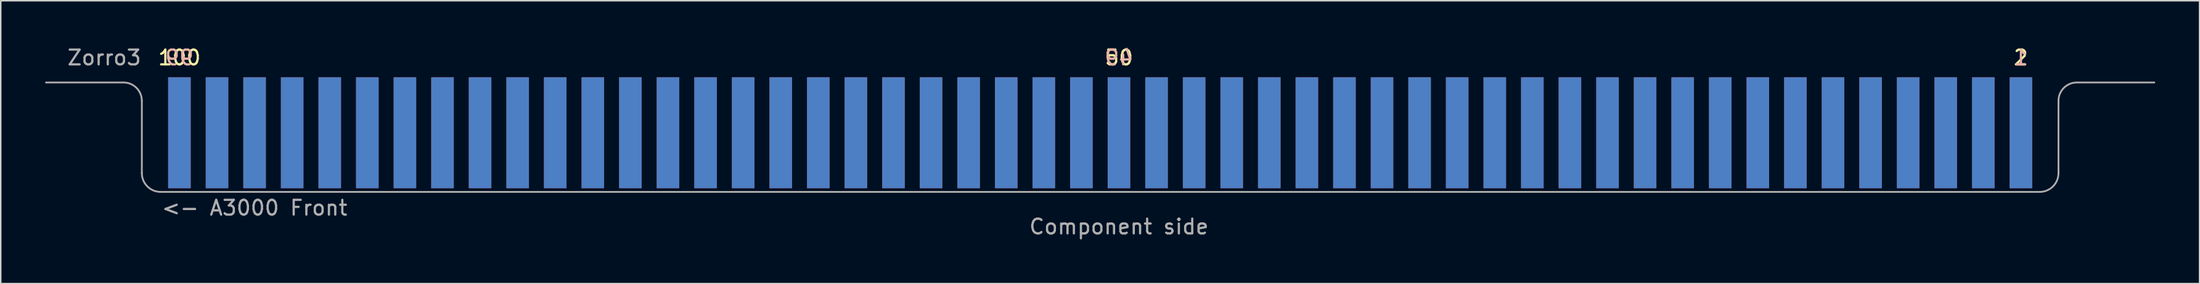
<source format=kicad_pcb>
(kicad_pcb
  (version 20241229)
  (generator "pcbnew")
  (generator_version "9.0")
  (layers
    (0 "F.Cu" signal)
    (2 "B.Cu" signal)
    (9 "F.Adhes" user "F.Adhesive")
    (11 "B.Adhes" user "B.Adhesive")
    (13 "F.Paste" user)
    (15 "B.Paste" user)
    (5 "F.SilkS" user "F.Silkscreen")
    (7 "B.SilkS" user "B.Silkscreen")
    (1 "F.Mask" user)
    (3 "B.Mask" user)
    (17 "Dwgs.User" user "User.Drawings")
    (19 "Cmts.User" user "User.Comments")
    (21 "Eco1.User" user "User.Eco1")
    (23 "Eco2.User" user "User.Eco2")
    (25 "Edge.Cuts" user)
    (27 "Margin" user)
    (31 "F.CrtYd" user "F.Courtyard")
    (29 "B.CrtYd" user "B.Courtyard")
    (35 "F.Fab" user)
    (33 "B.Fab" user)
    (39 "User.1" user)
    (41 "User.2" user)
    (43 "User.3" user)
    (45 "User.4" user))
  (footprint "Zorro3"
    (layer "F.Cu")
    (at 9.077 5.928)
    (property "Reference" "Zorro3" (at -5.08 -5.08 0) (unlocked yes) (layer "F.Fab") (effects (font (size 1 1) (thickness 0.15))))
    (attr smd)
    (fp_poly (pts (xy 128.27 5.08) (xy -3.81 5.08) (xy -3.81 -3.81) (xy 128.27 -3.81)) (stroke (width 0.1) (type solid)) (fill yes) (layer "F.Mask"))
    (fp_poly (pts (xy 128.27 5.08) (xy -3.81 5.08) (xy -3.81 -3.81) (xy 128.27 -3.81)) (stroke (width 0.1) (type solid)) (fill yes) (layer "B.Mask"))
    (fp_line (start -3.81 -3.4) (end -9.017 -3.4) (stroke (width 0.12) (type solid)) (layer "F.Fab"))
    (fp_line (start -2.54 2.73) (end -2.54 -2.159) (stroke (width 0.12) (type solid)) (layer "F.Fab"))
    (fp_line (start -1.27 4) (end 125.73 4) (stroke (width 0.12) (type solid)) (layer "F.Fab"))
    (fp_line (start 127 2.73) (end 127 -2.159) (stroke (width 0.12) (type solid)) (layer "F.Fab"))
    (fp_line (start 128.27 -3.4) (end 133.477 -3.4) (stroke (width 0.12) (type solid)) (layer "F.Fab"))
    (fp_arc (start -3.781 -3.4) (mid -2.90348 -3.03652) (end -2.54 -2.159) (stroke (width 0.12) (type solid)) (layer "F.Fab"))
    (fp_arc (start -1.27 4) (mid -2.168026 3.628026) (end -2.54 2.73) (stroke (width 0.12) (type solid)) (layer "F.Fab"))
    (fp_arc (start 127 -2.159) (mid 127.36348 -3.03652) (end 128.241 -3.4) (stroke (width 0.12) (type solid)) (layer "F.Fab"))
    (fp_arc (start 127 2.73) (mid 126.628026 3.628026) (end 125.73 4) (stroke (width 0.12) (type solid)) (layer "F.Fab"))
    (fp_text user "2" (at 124.46 -5.08 0) (layer "F.SilkS") (effects (font (size 1 1) (thickness 0.15))))
    (fp_text user "100" (at 0 -5.08 180) (layer "F.SilkS") (effects (font (size 1 1) (thickness 0.15))))
    (fp_text user "50" (at 63.5 -5.08 0) (layer "F.SilkS") (effects (font (size 1 1) (thickness 0.15))))
    (fp_text user "49" (at 63.5 -5.08 0) (layer "B.SilkS") (effects (font (size 1 1) (thickness 0.15)) (justify mirror)))
    (fp_text user "99" (at 0 -5.08 0) (layer "B.SilkS") (effects (font (size 1 1) (thickness 0.15)) (justify mirror)))
    (fp_text user "1" (at 124.46 -5.08 0) (layer "B.SilkS") (effects (font (size 1 1) (thickness 0.15)) (justify mirror)))
    (fp_text user "<- A3000 Front" (at 5.08 5.08 0) (layer "F.Fab") (effects (font (size 1 1) (thickness 0.15))))
    (fp_text user "Component side" (at 63.5 6.35 0) (layer "F.Fab") (effects (font (size 1 1) (thickness 0.15))))
    (pad "1" connect rect (at 124.46 0 180) (size 1.524 7.5) (layers "B.Cu" "B.Mask"))
    (pad "2" connect rect (at 124.46 0 180) (size 1.524 7.5) (layers "F.Cu" "F.Mask"))
    (pad "3" connect rect (at 121.92 0 180) (size 1.524 7.5) (layers "B.Cu" "B.Mask"))
    (pad "4" connect rect (at 121.92 0 180) (size 1.524 7.5) (layers "F.Cu" "F.Mask"))
    (pad "5" connect rect (at 119.38 0 180) (size 1.524 7.5) (layers "B.Cu" "B.Mask"))
    (pad "6" connect rect (at 119.38 0 180) (size 1.524 7.5) (layers "F.Cu" "F.Mask"))
    (pad "7" connect rect (at 116.84 0 180) (size 1.524 7.5) (layers "B.Cu" "B.Mask"))
    (pad "8" connect rect (at 116.84 0 180) (size 1.524 7.5) (layers "F.Cu" "F.Mask"))
    (pad "9" connect rect (at 114.3 0 180) (size 1.524 7.5) (layers "B.Cu" "B.Mask"))
    (pad "10" connect rect (at 114.3 0 180) (size 1.524 7.5) (layers "F.Cu" "F.Mask"))
    (pad "11" connect rect (at 111.76 0 180) (size 1.524 7.5) (layers "B.Cu" "B.Mask"))
    (pad "12" connect rect (at 111.76 0 180) (size 1.524 7.5) (layers "F.Cu" "F.Mask"))
    (pad "13" connect rect (at 109.22 0 180) (size 1.524 7.5) (layers "B.Cu" "B.Mask"))
    (pad "14" connect rect (at 109.22 0 180) (size 1.524 7.5) (layers "F.Cu" "F.Mask"))
    (pad "15" connect rect (at 106.68 0 180) (size 1.524 7.5) (layers "B.Cu" "B.Mask"))
    (pad "16" connect rect (at 106.68 0 180) (size 1.524 7.5) (layers "F.Cu" "F.Mask"))
    (pad "17" connect rect (at 104.14 0 180) (size 1.524 7.5) (layers "B.Cu" "B.Mask"))
    (pad "18" connect rect (at 104.14 0 180) (size 1.524 7.5) (layers "F.Cu" "F.Mask"))
    (pad "19" connect rect (at 101.6 0 180) (size 1.524 7.5) (layers "B.Cu" "B.Mask"))
    (pad "20" connect rect (at 101.6 0 180) (size 1.524 7.5) (layers "F.Cu" "F.Mask"))
    (pad "21" connect rect (at 99.06 0 180) (size 1.524 7.5) (layers "B.Cu" "B.Mask"))
    (pad "22" connect rect (at 99.06 0 180) (size 1.524 7.5) (layers "F.Cu" "F.Mask"))
    (pad "23" connect rect (at 96.52 0 180) (size 1.524 7.5) (layers "B.Cu" "B.Mask"))
    (pad "24" connect rect (at 96.52 0 180) (size 1.524 7.5) (layers "F.Cu" "F.Mask"))
    (pad "25" connect rect (at 93.98 0 180) (size 1.524 7.5) (layers "B.Cu" "B.Mask"))
    (pad "26" connect rect (at 93.98 0 180) (size 1.524 7.5) (layers "F.Cu" "F.Mask"))
    (pad "27" connect rect (at 91.44 0 180) (size 1.524 7.5) (layers "B.Cu" "B.Mask"))
    (pad "28" connect rect (at 91.44 0 180) (size 1.524 7.5) (layers "F.Cu" "F.Mask"))
    (pad "29" connect rect (at 88.9 0 180) (size 1.524 7.5) (layers "B.Cu" "B.Mask"))
    (pad "30" connect rect (at 88.9 0 180) (size 1.524 7.5) (layers "F.Cu" "F.Mask"))
    (pad "31" connect rect (at 86.36 0 180) (size 1.524 7.5) (layers "B.Cu" "B.Mask"))
    (pad "32" connect rect (at 86.36 0 180) (size 1.524 7.5) (layers "F.Cu" "F.Mask"))
    (pad "33" connect rect (at 83.82 0 180) (size 1.524 7.5) (layers "B.Cu" "B.Mask"))
    (pad "34" connect rect (at 83.82 0 180) (size 1.524 7.5) (layers "F.Cu" "F.Mask"))
    (pad "35" connect rect (at 81.28 0 180) (size 1.524 7.5) (layers "B.Cu" "B.Mask"))
    (pad "36" connect rect (at 81.28 0 180) (size 1.524 7.5) (layers "F.Cu" "F.Mask"))
    (pad "37" connect rect (at 78.74 0 180) (size 1.524 7.5) (layers "B.Cu" "B.Mask"))
    (pad "38" connect rect (at 78.74 0 180) (size 1.524 7.5) (layers "F.Cu" "F.Mask"))
    (pad "39" connect rect (at 76.2 0 180) (size 1.524 7.5) (layers "B.Cu" "B.Mask"))
    (pad "40" connect rect (at 76.2 0 180) (size 1.524 7.5) (layers "F.Cu" "F.Mask"))
    (pad "41" connect rect (at 73.66 0 180) (size 1.524 7.5) (layers "B.Cu" "B.Mask"))
    (pad "42" connect rect (at 73.66 0 180) (size 1.524 7.5) (layers "F.Cu" "F.Mask"))
    (pad "43" connect rect (at 71.12 0 180) (size 1.524 7.5) (layers "B.Cu" "B.Mask"))
    (pad "44" connect rect (at 71.12 0 180) (size 1.524 7.5) (layers "F.Cu" "F.Mask"))
    (pad "45" connect rect (at 68.58 0 180) (size 1.524 7.5) (layers "B.Cu" "B.Mask"))
    (pad "46" connect rect (at 68.58 0 180) (size 1.524 7.5) (layers "F.Cu" "F.Mask"))
    (pad "47" connect rect (at 66.04 0 180) (size 1.524 7.5) (layers "B.Cu" "B.Mask"))
    (pad "48" connect rect (at 66.04 0 180) (size 1.524 7.5) (layers "F.Cu" "F.Mask"))
    (pad "49" connect rect (at 63.5 0 180) (size 1.524 7.5) (layers "B.Cu" "B.Mask"))
    (pad "50" connect rect (at 63.5 0 180) (size 1.524 7.5) (layers "F.Cu" "F.Mask"))
    (pad "51" connect rect (at 60.96 0 180) (size 1.524 7.5) (layers "B.Cu" "B.Mask"))
    (pad "52" connect rect (at 60.96 0 180) (size 1.524 7.5) (layers "F.Cu" "F.Mask"))
    (pad "53" connect rect (at 58.42 0 180) (size 1.524 7.5) (layers "B.Cu" "B.Mask"))
    (pad "54" connect rect (at 58.42 0 180) (size 1.524 7.5) (layers "F.Cu" "F.Mask"))
    (pad "55" connect rect (at 55.88 0 180) (size 1.524 7.5) (layers "B.Cu" "B.Mask"))
    (pad "56" connect rect (at 55.88 0 180) (size 1.524 7.5) (layers "F.Cu" "F.Mask"))
    (pad "57" connect rect (at 53.34 0 180) (size 1.524 7.5) (layers "B.Cu" "B.Mask"))
    (pad "58" connect rect (at 53.34 0 180) (size 1.524 7.5) (layers "F.Cu" "F.Mask"))
    (pad "59" connect rect (at 50.8 0 180) (size 1.524 7.5) (layers "B.Cu" "B.Mask"))
    (pad "60" connect rect (at 50.8 0 180) (size 1.524 7.5) (layers "F.Cu" "F.Mask"))
    (pad "61" connect rect (at 48.26 0 180) (size 1.524 7.5) (layers "B.Cu" "B.Mask"))
    (pad "62" connect rect (at 48.26 0 180) (size 1.524 7.5) (layers "F.Cu" "F.Mask"))
    (pad "63" connect rect (at 45.72 0 180) (size 1.524 7.5) (layers "B.Cu" "B.Mask"))
    (pad "64" connect rect (at 45.72 0 180) (size 1.524 7.5) (layers "F.Cu" "F.Mask"))
    (pad "65" connect rect (at 43.18 0 180) (size 1.524 7.5) (layers "B.Cu" "B.Mask"))
    (pad "66" connect rect (at 43.18 0 180) (size 1.524 7.5) (layers "F.Cu" "F.Mask"))
    (pad "67" connect rect (at 40.64 0 180) (size 1.524 7.5) (layers "B.Cu" "B.Mask"))
    (pad "68" connect rect (at 40.64 0 180) (size 1.524 7.5) (layers "F.Cu" "F.Mask"))
    (pad "69" connect rect (at 38.1 0 180) (size 1.524 7.5) (layers "B.Cu" "B.Mask"))
    (pad "70" connect rect (at 38.1 0 180) (size 1.524 7.5) (layers "F.Cu" "F.Mask"))
    (pad "71" connect rect (at 35.56 0 180) (size 1.524 7.5) (layers "B.Cu" "B.Mask"))
    (pad "72" connect rect (at 35.56 0 180) (size 1.524 7.5) (layers "F.Cu" "F.Mask"))
    (pad "73" connect rect (at 33.02 0 180) (size 1.524 7.5) (layers "B.Cu" "B.Mask"))
    (pad "74" connect rect (at 33.02 0 180) (size 1.524 7.5) (layers "F.Cu" "F.Mask"))
    (pad "75" connect rect (at 30.48 0 180) (size 1.524 7.5) (layers "B.Cu" "B.Mask"))
    (pad "76" connect rect (at 30.48 0 180) (size 1.524 7.5) (layers "F.Cu" "F.Mask"))
    (pad "77" connect rect (at 27.94 0 180) (size 1.524 7.5) (layers "B.Cu" "B.Mask"))
    (pad "78" connect rect (at 27.94 0 180) (size 1.524 7.5) (layers "F.Cu" "F.Mask"))
    (pad "79" connect rect (at 25.4 0 180) (size 1.524 7.5) (layers "B.Cu" "B.Mask"))
    (pad "80" connect rect (at 25.4 0 180) (size 1.524 7.5) (layers "F.Cu" "F.Mask"))
    (pad "81" connect rect (at 22.86 0 180) (size 1.524 7.5) (layers "B.Cu" "B.Mask"))
    (pad "82" connect rect (at 22.86 0 180) (size 1.524 7.5) (layers "F.Cu" "F.Mask"))
    (pad "83" connect rect (at 20.32 0 180) (size 1.524 7.5) (layers "B.Cu" "B.Mask"))
    (pad "84" connect rect (at 20.32 0 180) (size 1.524 7.5) (layers "F.Cu" "F.Mask"))
    (pad "85" connect rect (at 17.78 0 180) (size 1.524 7.5) (layers "B.Cu" "B.Mask"))
    (pad "86" connect rect (at 17.78 0 180) (size 1.524 7.5) (layers "F.Cu" "F.Mask"))
    (pad "87" connect rect (at 15.24 0 180) (size 1.524 7.5) (layers "B.Cu" "B.Mask"))
    (pad "88" connect rect (at 15.24 0 180) (size 1.524 7.5) (layers "F.Cu" "F.Mask"))
    (pad "89" connect rect (at 12.7 0 180) (size 1.524 7.5) (layers "B.Cu" "B.Mask"))
    (pad "90" connect rect (at 12.7 0 180) (size 1.524 7.5) (layers "F.Cu" "F.Mask"))
    (pad "91" connect rect (at 10.16 0 180) (size 1.524 7.5) (layers "B.Cu" "B.Mask"))
    (pad "92" connect rect (at 10.16 0 180) (size 1.524 7.5) (layers "F.Cu" "F.Mask"))
    (pad "93" connect rect (at 7.62 0 180) (size 1.524 7.5) (layers "B.Cu" "B.Mask"))
    (pad "94" connect rect (at 7.62 0 180) (size 1.524 7.5) (layers "F.Cu" "F.Mask"))
    (pad "95" connect rect (at 5.08 0 180) (size 1.524 7.5) (layers "B.Cu" "B.Mask"))
    (pad "96" connect rect (at 5.08 0 180) (size 1.524 7.5) (layers "F.Cu" "F.Mask"))
    (pad "97" connect rect (at 2.54 0 180) (size 1.524 7.5) (layers "B.Cu" "B.Mask"))
    (pad "98" connect rect (at 2.54 0 180) (size 1.524 7.5) (layers "F.Cu" "F.Mask"))
    (pad "99" connect rect (at 0 0 180) (size 1.524 7.5) (layers "B.Cu" "B.Mask"))
    (pad "100" connect rect (at 0 0 180) (size 1.524 7.5) (layers "F.Cu" "F.Mask")))
  (gr_rect
    (start -3 -3)
    (end 145.614 16.127)
    (stroke (width 0.1) (type default))
    (fill no)
    (layer "Edge.Cuts")))
</source>
